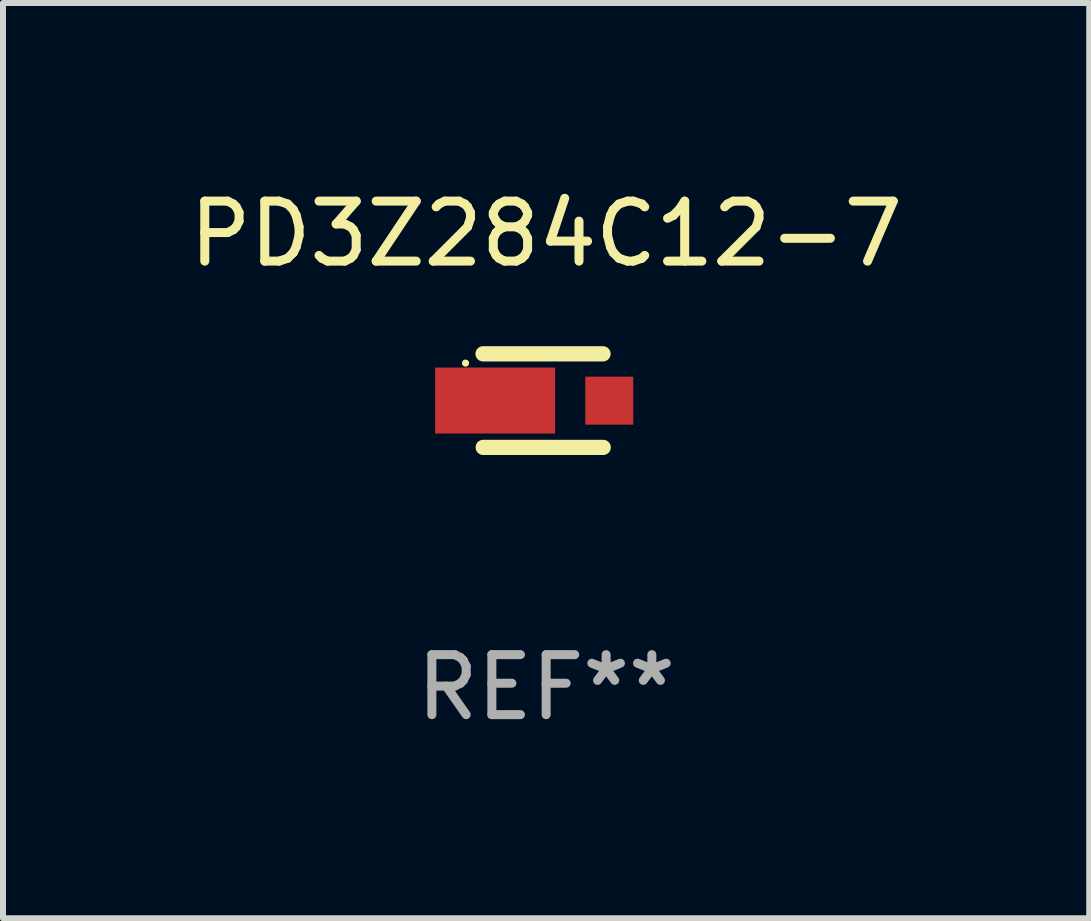
<source format=kicad_pcb>
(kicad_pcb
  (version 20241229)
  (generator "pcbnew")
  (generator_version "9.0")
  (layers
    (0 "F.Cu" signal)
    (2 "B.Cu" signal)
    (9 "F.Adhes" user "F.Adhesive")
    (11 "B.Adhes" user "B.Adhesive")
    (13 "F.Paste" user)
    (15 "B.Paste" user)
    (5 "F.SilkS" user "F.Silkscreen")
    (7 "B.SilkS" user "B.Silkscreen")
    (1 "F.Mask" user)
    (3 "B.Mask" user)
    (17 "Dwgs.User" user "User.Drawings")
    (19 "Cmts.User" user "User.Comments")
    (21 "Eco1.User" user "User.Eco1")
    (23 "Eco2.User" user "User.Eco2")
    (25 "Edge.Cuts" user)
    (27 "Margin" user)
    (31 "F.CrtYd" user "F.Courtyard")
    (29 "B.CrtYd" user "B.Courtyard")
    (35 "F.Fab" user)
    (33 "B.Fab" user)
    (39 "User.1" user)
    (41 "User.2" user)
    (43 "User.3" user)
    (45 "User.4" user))
  (footprint "PD3Z284C12-7"
    (layer "F.Cu")
    (at 6.054 3.628)
    (property "Reference" "PD3Z284C12-7" (at 0 -2.78 0) (layer "F.SilkS") (effects (font (size 1 1) (thickness 0.15))))
    (attr through_hole)
    (fp_line (start -1.049 0.78) (end 0.951 0.78) (stroke (width 0.254) (type solid)) (layer "F.SilkS"))
    (fp_line (start 0.948 -0.78) (end -1.052 -0.78) (stroke (width 0.254) (type solid)) (layer "F.SilkS"))
    (fp_circle (center -1.344 -0.625) (end -1.314 -0.625) (stroke (width 0.06) (type solid)) (fill no) (layer "F.SilkS"))
    (fp_text user "REF**" (at 0 4.78 0) (layer "F.Fab") (effects (font (size 1 1) (thickness 0.15))))
    (pad "1" smd rect (at -0.85 -0.001) (size 2 1.1) (layers "F.Cu" "F.Mask" "F.Paste"))
    (pad "2" smd rect (at 1.052 0.001) (size 0.8 0.8) (layers "F.Cu" "F.Mask" "F.Paste")))
  (gr_rect
    (start -3 -3)
    (end 15.107 12.257)
    (stroke (width 0.1) (type default))
    (fill no)
    (layer "Edge.Cuts")))
</source>
